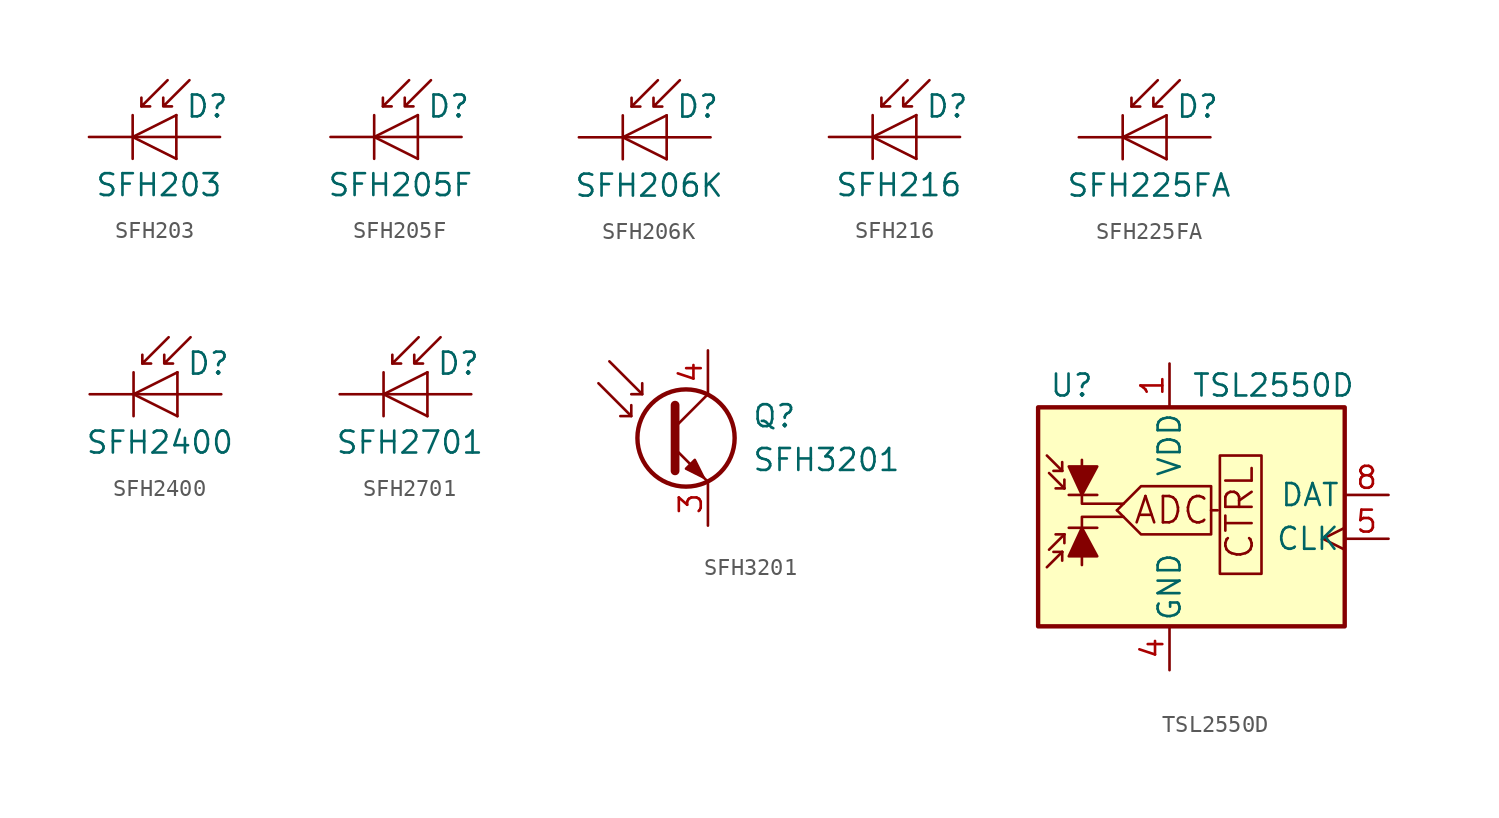
<source format=kicad_sym>
(kicad_symbol_lib
  (version 20211014)
  (generator kicad_symbol_editor)
  (symbol "SFH203"
    (pin_numbers hide)
    (pin_names hide)
    (property "Reference" "D"
      (at 0.508 1.778 0)
      (effects (font (size 1.27 1.27)) (justify left)))
    (property "Value" "SFH203"
      (at -1.016 -2.794 0)
      (effects (font (size 1.27 1.27))))
    (symbol "SFH203_0_1"
      (polyline (pts (xy -2.54 0) (xy 0 0)) (stroke (width 0) (type default) (color 0 0 0 0)) (fill (type none)))
      (polyline (pts (xy -2.54 1.27) (xy -2.54 -1.27)) (stroke (width 0.152) (type default) (color 0 0 0 0)) (fill (type none)))
      (polyline (pts (xy -2.032 1.778) (xy -1.524 1.778)) (stroke (width 0) (type default) (color 0 0 0 0)) (fill (type none)))
      (polyline (pts (xy 0 -1.27) (xy 0 1.27)) (stroke (width 0) (type default) (color 0 0 0 0)) (fill (type none)))
      (polyline (pts (xy -0.508 3.302) (xy -2.032 1.778) (xy -2.032 2.286)) (stroke (width 0) (type default) (color 0 0 0 0)) (fill (type none)))
      (polyline (pts (xy 0 1.27) (xy -2.54 0) (xy 0 -1.27)) (stroke (width 0) (type default) (color 0 0 0 0)) (fill (type none)))
      (polyline (pts (xy 0.762 3.302) (xy -0.762 1.778) (xy -0.762 2.286) (xy -0.762 1.778) (xy -0.254 1.778)) (stroke (width 0) (type default) (color 0 0 0 0)) (fill (type none))))
    (symbol "SFH203_1_1"
      (pin passive line (at -5.08 0 0) (length 2.54) (name "K" (effects (font (size 1.27 1.27)))) (number "1" (effects (font (size 1.27 1.27)))))
      (pin passive line (at 2.54 0 180) (length 2.54) (name "A" (effects (font (size 1.27 1.27)))) (number "2" (effects (font (size 1.27 1.27)))))))
  (symbol "SFH205F"
    (pin_numbers hide)
    (pin_names
      (offset 1.016) hide)
    (property "Reference" "D"
      (at 0.508 1.778 0)
      (effects (font (size 1.27 1.27)) (justify left)))
    (property "Value" "SFH205F"
      (at -1.016 -2.794 0)
      (effects (font (size 1.27 1.27))))
    (symbol "SFH205F_0_1"
      (polyline (pts (xy -2.54 1.27) (xy -2.54 -1.27)) (stroke (width 0.152) (type default) (color 0 0 0 0)) (fill (type none)))
      (polyline (pts (xy -2.032 1.778) (xy -1.524 1.778)) (stroke (width 0) (type default) (color 0 0 0 0)) (fill (type none)))
      (polyline (pts (xy 0 0) (xy -2.54 0)) (stroke (width 0) (type default) (color 0 0 0 0)) (fill (type none)))
      (polyline (pts (xy 0 1.27) (xy 0 -1.27)) (stroke (width 0) (type default) (color 0 0 0 0)) (fill (type none)))
      (polyline (pts (xy -0.508 3.302) (xy -2.032 1.778) (xy -2.032 2.286)) (stroke (width 0) (type default) (color 0 0 0 0)) (fill (type none)))
      (polyline (pts (xy 0 1.27) (xy -2.54 0) (xy 0 -1.27)) (stroke (width 0) (type default) (color 0 0 0 0)) (fill (type none)))
      (polyline (pts (xy 0.762 3.302) (xy -0.762 1.778) (xy -0.762 2.286) (xy -0.762 1.778) (xy -0.254 1.778)) (stroke (width 0) (type default) (color 0 0 0 0)) (fill (type none))))
    (symbol "SFH205F_1_1"
      (pin passive line (at -5.08 0 0) (length 2.54) (name "K" (effects (font (size 1.27 1.27)))) (number "1" (effects (font (size 1.27 1.27)))))
      (pin passive line (at 2.54 0 180) (length 2.54) (name "A" (effects (font (size 1.27 1.27)))) (number "2" (effects (font (size 1.27 1.27)))))))
  (symbol "SFH206K"
    (pin_numbers hide)
    (pin_names hide)
    (property "Reference" "D"
      (at 0.508 1.778 0)
      (effects (font (size 1.27 1.27)) (justify left)))
    (property "Value" "SFH206K"
      (at -1.016 -2.794 0)
      (effects (font (size 1.27 1.27))))
    (symbol "SFH206K_0_1"
      (polyline (pts (xy -2.54 1.27) (xy -2.54 -1.27)) (stroke (width 0.152) (type default) (color 0 0 0 0)) (fill (type none)))
      (polyline (pts (xy -2.032 1.778) (xy -1.524 1.778)) (stroke (width 0) (type default) (color 0 0 0 0)) (fill (type none)))
      (polyline (pts (xy 0 -1.27) (xy 0 1.27)) (stroke (width 0) (type default) (color 0 0 0 0)) (fill (type none)))
      (polyline (pts (xy 0 0) (xy -2.54 0)) (stroke (width 0) (type default) (color 0 0 0 0)) (fill (type none)))
      (polyline (pts (xy -0.508 3.302) (xy -2.032 1.778) (xy -2.032 2.286)) (stroke (width 0) (type default) (color 0 0 0 0)) (fill (type none)))
      (polyline (pts (xy 0 1.27) (xy -2.54 0) (xy 0 -1.27)) (stroke (width 0) (type default) (color 0 0 0 0)) (fill (type none)))
      (polyline (pts (xy 0.762 3.302) (xy -0.762 1.778) (xy -0.762 2.286) (xy -0.762 1.778) (xy -0.254 1.778)) (stroke (width 0) (type default) (color 0 0 0 0)) (fill (type none))))
    (symbol "SFH206K_1_1"
      (pin passive line (at -5.08 0 0) (length 2.54) (name "K" (effects (font (size 1.27 1.27)))) (number "1" (effects (font (size 1.27 1.27)))))
      (pin passive line (at 2.54 0 180) (length 2.54) (name "A" (effects (font (size 1.27 1.27)))) (number "2" (effects (font (size 1.27 1.27)))))))
  (symbol "SFH216"
    (pin_numbers hide)
    (pin_names hide)
    (property "Reference" "D"
      (at 0.508 1.778 0)
      (effects (font (size 1.27 1.27)) (justify left)))
    (property "Value" "SFH216"
      (at -1.016 -2.794 0)
      (effects (font (size 1.27 1.27))))
    (symbol "SFH216_0_1"
      (polyline (pts (xy -2.54 1.27) (xy -2.54 -1.27)) (stroke (width 0.152) (type default) (color 0 0 0 0)) (fill (type none)))
      (polyline (pts (xy -2.032 1.778) (xy -1.524 1.778)) (stroke (width 0) (type default) (color 0 0 0 0)) (fill (type none)))
      (polyline (pts (xy 0 -1.27) (xy 0 1.27)) (stroke (width 0) (type default) (color 0 0 0 0)) (fill (type none)))
      (polyline (pts (xy 0 0) (xy -2.54 0)) (stroke (width 0) (type default) (color 0 0 0 0)) (fill (type none)))
      (polyline (pts (xy -0.508 3.302) (xy -2.032 1.778) (xy -2.032 2.286)) (stroke (width 0) (type default) (color 0 0 0 0)) (fill (type none)))
      (polyline (pts (xy 0 1.27) (xy -2.54 0) (xy 0 -1.27)) (stroke (width 0) (type default) (color 0 0 0 0)) (fill (type none)))
      (polyline (pts (xy 0.762 3.302) (xy -0.762 1.778) (xy -0.762 2.286) (xy -0.762 1.778) (xy -0.254 1.778)) (stroke (width 0) (type default) (color 0 0 0 0)) (fill (type none))))
    (symbol "SFH216_1_1"
      (pin passive line (at -5.08 0 0) (length 2.54) (name "K" (effects (font (size 1.27 1.27)))) (number "1" (effects (font (size 1.27 1.27)))))
      (pin passive line (at 2.54 0 180) (length 2.54) (name "A" (effects (font (size 1.27 1.27)))) (number "2" (effects (font (size 1.27 1.27)))))))
  (symbol "SFH225FA"
    (pin_numbers hide)
    (pin_names hide)
    (property "Reference" "D"
      (at 0.508 1.778 0)
      (effects (font (size 1.27 1.27)) (justify left)))
    (property "Value" "SFH225FA"
      (at -1.016 -2.794 0)
      (effects (font (size 1.27 1.27))))
    (symbol "SFH225FA_0_1"
      (polyline (pts (xy -2.54 1.27) (xy -2.54 -1.27)) (stroke (width 0.152) (type default) (color 0 0 0 0)) (fill (type none)))
      (polyline (pts (xy -2.032 1.778) (xy -1.524 1.778)) (stroke (width 0) (type default) (color 0 0 0 0)) (fill (type none)))
      (polyline (pts (xy 0 -1.27) (xy 0 1.27)) (stroke (width 0) (type default) (color 0 0 0 0)) (fill (type none)))
      (polyline (pts (xy 0 0) (xy -2.54 0)) (stroke (width 0) (type default) (color 0 0 0 0)) (fill (type none)))
      (polyline (pts (xy -0.508 3.302) (xy -2.032 1.778) (xy -2.032 2.286)) (stroke (width 0) (type default) (color 0 0 0 0)) (fill (type none)))
      (polyline (pts (xy 0 1.27) (xy -2.54 0) (xy 0 -1.27)) (stroke (width 0) (type default) (color 0 0 0 0)) (fill (type none)))
      (polyline (pts (xy 0.762 3.302) (xy -0.762 1.778) (xy -0.762 2.286) (xy -0.762 1.778) (xy -0.254 1.778)) (stroke (width 0) (type default) (color 0 0 0 0)) (fill (type none))))
    (symbol "SFH225FA_1_1"
      (pin passive line (at -5.08 0 0) (length 2.54) (name "K" (effects (font (size 1.27 1.27)))) (number "1" (effects (font (size 1.27 1.27)))))
      (pin passive line (at 2.54 0 180) (length 2.54) (name "A" (effects (font (size 1.27 1.27)))) (number "2" (effects (font (size 1.27 1.27)))))))
  (symbol "SFH2400"
    (pin_numbers hide)
    (pin_names hide)
    (property "Reference" "D"
      (at 0.508 1.778 0)
      (effects (font (size 1.27 1.27)) (justify left)))
    (property "Value" "SFH2400"
      (at -1.016 -2.794 0)
      (effects (font (size 1.27 1.27))))
    (symbol "SFH2400_0_1"
      (polyline (pts (xy -2.54 1.27) (xy -2.54 -1.27)) (stroke (width 0.152) (type default) (color 0 0 0 0)) (fill (type none)))
      (polyline (pts (xy -2.032 1.778) (xy -1.524 1.778)) (stroke (width 0) (type default) (color 0 0 0 0)) (fill (type none)))
      (polyline (pts (xy 0 0) (xy -2.54 0)) (stroke (width 0) (type default) (color 0 0 0 0)) (fill (type none)))
      (polyline (pts (xy 0 1.27) (xy 0 -1.27)) (stroke (width 0) (type default) (color 0 0 0 0)) (fill (type none)))
      (polyline (pts (xy -0.508 3.302) (xy -2.032 1.778) (xy -2.032 2.286)) (stroke (width 0) (type default) (color 0 0 0 0)) (fill (type none)))
      (polyline (pts (xy 0 1.27) (xy -2.54 0) (xy 0 -1.27)) (stroke (width 0) (type default) (color 0 0 0 0)) (fill (type none)))
      (polyline (pts (xy 0.762 3.302) (xy -0.762 1.778) (xy -0.762 2.286) (xy -0.762 1.778) (xy -0.254 1.778)) (stroke (width 0) (type default) (color 0 0 0 0)) (fill (type none))))
    (symbol "SFH2400_1_1"
      (pin passive line (at -5.08 0 0) (length 2.54) (name "K" (effects (font (size 1.27 1.27)))) (number "1" (effects (font (size 1.27 1.27)))))
      (pin passive line (at 2.54 0 180) (length 2.54) (name "A" (effects (font (size 1.27 1.27)))) (number "2" (effects (font (size 1.27 1.27)))))))
  (symbol "SFH2701"
    (pin_numbers hide)
    (pin_names
      (offset 1.016) hide)
    (property "Reference" "D"
      (at 0.508 1.778 0)
      (effects (font (size 1.27 1.27)) (justify left)))
    (property "Value" "SFH2701"
      (at -1.016 -2.794 0)
      (effects (font (size 1.27 1.27))))
    (symbol "SFH2701_0_1"
      (polyline (pts (xy -2.54 1.27) (xy -2.54 -1.27)) (stroke (width 0.152) (type default) (color 0 0 0 0)) (fill (type none)))
      (polyline (pts (xy -2.032 1.778) (xy -1.524 1.778)) (stroke (width 0) (type default) (color 0 0 0 0)) (fill (type none)))
      (polyline (pts (xy 0 0) (xy -2.54 0)) (stroke (width 0) (type default) (color 0 0 0 0)) (fill (type none)))
      (polyline (pts (xy 0 1.27) (xy 0 -1.27)) (stroke (width 0) (type default) (color 0 0 0 0)) (fill (type none)))
      (polyline (pts (xy -0.508 3.302) (xy -2.032 1.778) (xy -2.032 2.286)) (stroke (width 0) (type default) (color 0 0 0 0)) (fill (type none)))
      (polyline (pts (xy 0 1.27) (xy -2.54 0) (xy 0 -1.27)) (stroke (width 0) (type default) (color 0 0 0 0)) (fill (type none)))
      (polyline (pts (xy 0.762 3.302) (xy -0.762 1.778) (xy -0.762 2.286) (xy -0.762 1.778) (xy -0.254 1.778)) (stroke (width 0) (type default) (color 0 0 0 0)) (fill (type none))))
    (symbol "SFH2701_1_1"
      (pin passive line (at -5.08 0 0) (length 2.54) (name "K" (effects (font (size 1.27 1.27)))) (number "1" (effects (font (size 1.27 1.27)))))
      (pin passive line (at 2.54 0 180) (length 2.54) (name "A" (effects (font (size 1.27 1.27)))) (number "2" (effects (font (size 1.27 1.27)))))))
  (symbol "SFH3201"
    (pin_names hide)
    (property "Reference" "Q"
      (at 2.54 1.27 0)
      (effects (font (size 1.27 1.27)) (justify left)))
    (property "Value" "SFH3201"
      (at 2.54 -1.27 0)
      (effects (font (size 1.27 1.27)) (justify left)))
    (symbol "SFH3201_0_1"
      (circle (center -1.27 0) (radius 2.819) (stroke (width 0.254) (type default) (color 0 0 0 0)) (fill (type none)))
      (polyline (pts (xy -4.445 1.27) (xy -5.08 1.27)) (stroke (width 0) (type default) (color 0 0 0 0)) (fill (type none)))
      (polyline (pts (xy -3.81 2.54) (xy -4.445 2.54)) (stroke (width 0) (type default) (color 0 0 0 0)) (fill (type none)))
      (polyline (pts (xy -1.905 0.635) (xy 0 2.54)) (stroke (width 0) (type default) (color 0 0 0 0)) (fill (type none)))
      (polyline (pts (xy -6.35 3.175) (xy -4.445 1.27) (xy -4.445 1.905)) (stroke (width 0) (type default) (color 0 0 0 0)) (fill (type none)))
      (polyline (pts (xy -5.715 4.445) (xy -3.81 2.54) (xy -3.81 3.175)) (stroke (width 0) (type default) (color 0 0 0 0)) (fill (type none)))
      (polyline (pts (xy -1.905 -0.635) (xy 0 -2.54) (xy 0 -2.54)) (stroke (width 0) (type default) (color 0 0 0 0)) (fill (type none)))
      (polyline (pts (xy -1.905 1.905) (xy -1.905 -1.905) (xy -1.905 -1.905)) (stroke (width 0.508) (type default) (color 0 0 0 0)) (fill (type none)))
      (polyline (pts (xy -1.27 -1.778) (xy -0.762 -1.27) (xy -0.254 -2.286) (xy -1.27 -1.778) (xy -1.27 -1.778)) (stroke (width 0) (type default) (color 0 0 0 0)) (fill (type outline))))
    (symbol "SFH3201_1_1"
      (pin passive line (at 0 -5.08 90) (length 2.54) (name "E" (effects (font (size 1.27 1.27)))) (number "3" (effects (font (size 1.27 1.27)))))
      (pin passive line (at 0 5.08 270) (length 2.54) (name "C" (effects (font (size 1.27 1.27)))) (number "4" (effects (font (size 1.27 1.27)))))))
  (symbol "TSL2550D"
    (pin_names
      (offset 0.254))
    (property "Reference" "U"
      (at -6.985 6.35 0)
      (effects (font (size 1.27 1.27)) (justify left)))
    (property "Value" "TSL2550D"
      (at 1.27 6.35 0)
      (effects (font (size 1.27 1.27)) (justify left)))
    (symbol "TSL2550D_0_0"
      (polyline (pts (xy 2.413 -0.889) (xy 2.794 -0.889)) (stroke (width 0) (type default) (color 0 0 0 0)) (fill (type none)))
      (polyline (pts (xy -5.08 -4.064) (xy -5.08 -1.27) (xy -2.667 -1.27)) (stroke (width 0) (type default) (color 0 0 0 0)) (fill (type none)))
      (polyline (pts (xy -5.08 2.032) (xy -5.08 -0.508) (xy -2.667 -0.508)) (stroke (width 0) (type default) (color 0 0 0 0)) (fill (type none)))
      (polyline (pts (xy -3.048 -0.889) (xy -1.651 -2.286) (xy 2.413 -2.286) (xy 2.413 -0.889)) (stroke (width 0) (type default) (color 0 0 0 0)) (fill (type none)))
      (polyline (pts (xy -3.048 -0.889) (xy -1.651 0.508) (xy 2.413 0.508) (xy 2.413 -0.889)) (stroke (width 0) (type default) (color 0 0 0 0)) (fill (type none)))
      (rectangle (start 2.921 2.286) (end 5.334 -4.572) (stroke (width 0) (type default) (color 0 0 0 0)) (fill (type none)))
      (text "ADC" (at 0.127 -0.889 0) (effects (font (size 1.524 1.524))))
      (text "CTRL" (at 4.064 -1.016 900) (effects (font (size 1.524 1.524)))))
    (symbol "TSL2550D_0_1"
      (polyline (pts (xy -6.223 -3.302) (xy -7.112 -4.191)) (stroke (width 0) (type default) (color 0 0 0 0)) (fill (type none)))
      (polyline (pts (xy -6.223 -3.302) (xy -6.731 -3.302)) (stroke (width 0) (type default) (color 0 0 0 0)) (fill (type none)))
      (polyline (pts (xy -6.223 -3.302) (xy -6.223 -3.81)) (stroke (width 0) (type default) (color 0 0 0 0)) (fill (type none)))
      (polyline (pts (xy -6.223 1.397) (xy -7.112 2.286)) (stroke (width 0) (type default) (color 0 0 0 0)) (fill (type none)))
      (polyline (pts (xy -6.223 1.397) (xy -6.731 1.397)) (stroke (width 0) (type default) (color 0 0 0 0)) (fill (type none)))
      (polyline (pts (xy -6.223 1.397) (xy -6.223 1.905)) (stroke (width 0) (type default) (color 0 0 0 0)) (fill (type none)))
      (polyline (pts (xy -6.096 -2.286) (xy -6.985 -3.175)) (stroke (width 0) (type default) (color 0 0 0 0)) (fill (type none)))
      (polyline (pts (xy -6.096 -2.286) (xy -6.604 -2.286)) (stroke (width 0) (type default) (color 0 0 0 0)) (fill (type none)))
      (polyline (pts (xy -6.096 -2.286) (xy -6.096 -2.794)) (stroke (width 0) (type default) (color 0 0 0 0)) (fill (type none)))
      (polyline (pts (xy -6.096 0.381) (xy -6.985 1.27)) (stroke (width 0) (type default) (color 0 0 0 0)) (fill (type none)))
      (polyline (pts (xy -6.096 0.381) (xy -6.604 0.381)) (stroke (width 0) (type default) (color 0 0 0 0)) (fill (type none)))
      (polyline (pts (xy -6.096 0.381) (xy -6.096 0.889)) (stroke (width 0) (type default) (color 0 0 0 0)) (fill (type none)))
      (polyline (pts (xy -5.842 -1.905) (xy -4.191 -1.905)) (stroke (width 0) (type default) (color 0 0 0 0)) (fill (type none)))
      (polyline (pts (xy -5.842 0) (xy -4.191 0)) (stroke (width 0) (type default) (color 0 0 0 0)) (fill (type none)))
      (polyline (pts (xy -5.842 -3.556) (xy -4.191 -3.556) (xy -5.08 -1.905) (xy -5.842 -3.556)) (stroke (width 0) (type default) (color 0 0 0 0)) (fill (type outline)))
      (polyline (pts (xy -5.842 1.651) (xy -4.191 1.651) (xy -5.08 0) (xy -5.842 1.651)) (stroke (width 0) (type default) (color 0 0 0 0)) (fill (type outline)))
      (rectangle (start 10.16 5.08) (end -7.62 -7.62) (stroke (width 0.254) (type default) (color 0 0 0 0)) (fill (type background))))
    (symbol "TSL2550D_1_1"
      (pin power_in line (at 0 7.62 270) (length 2.54) (name "VDD" (effects (font (size 1.27 1.27)))) (number "1" (effects (font (size 1.27 1.27)))))
      (pin no_connect line (at -7.62 2.54 0) (length 2.54) hide (name "NC" (effects (font (size 1.27 1.27)))) (number "2" (effects (font (size 1.27 1.27)))))
      (pin no_connect line (at -7.62 0 0) (length 2.54) hide (name "NC" (effects (font (size 1.27 1.27)))) (number "3" (effects (font (size 1.27 1.27)))))
      (pin power_in line (at 0 -10.16 90) (length 2.54) (name "GND" (effects (font (size 1.27 1.27)))) (number "4" (effects (font (size 1.27 1.27)))))
      (pin input clock (at 12.7 -2.54 180) (length 2.54) (name "CLK" (effects (font (size 1.27 1.27)))) (number "5" (effects (font (size 1.27 1.27)))))
      (pin no_connect line (at -7.62 -2.54 0) (length 2.54) hide (name "NC" (effects (font (size 1.27 1.27)))) (number "6" (effects (font (size 1.27 1.27)))))
      (pin no_connect line (at -7.62 -5.08 0) (length 2.54) hide (name "NC" (effects (font (size 1.27 1.27)))) (number "7" (effects (font (size 1.27 1.27)))))
      (pin bidirectional line (at 12.7 0 180) (length 2.54) (name "DAT" (effects (font (size 1.27 1.27)))) (number "8" (effects (font (size 1.27 1.27))))))))
</source>
